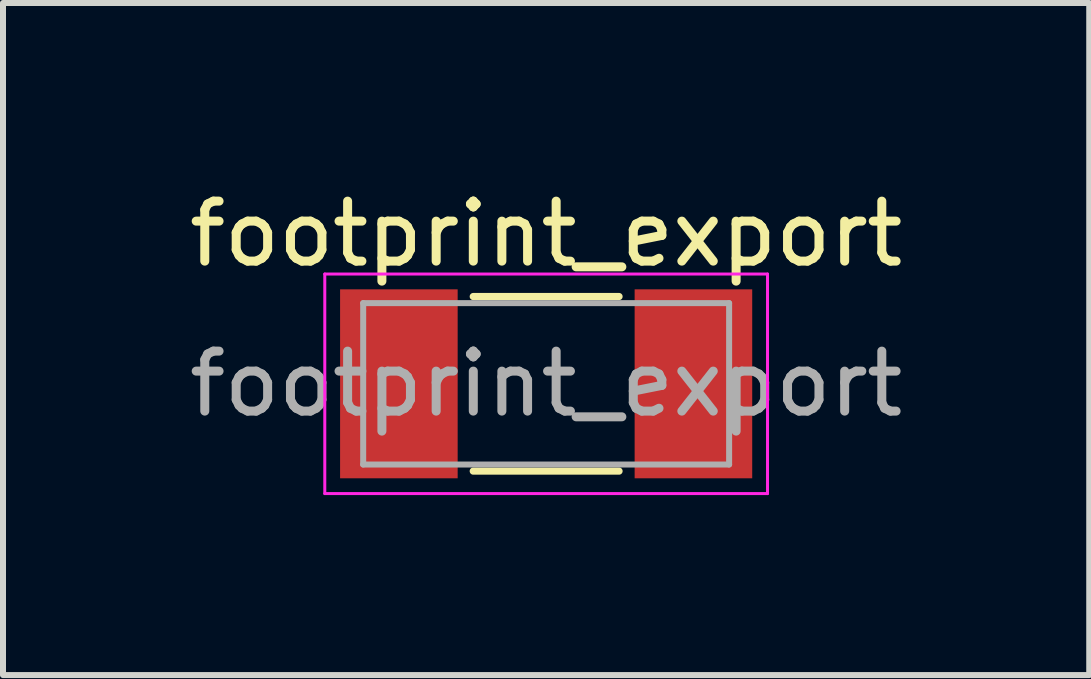
<source format=kicad_pcb>
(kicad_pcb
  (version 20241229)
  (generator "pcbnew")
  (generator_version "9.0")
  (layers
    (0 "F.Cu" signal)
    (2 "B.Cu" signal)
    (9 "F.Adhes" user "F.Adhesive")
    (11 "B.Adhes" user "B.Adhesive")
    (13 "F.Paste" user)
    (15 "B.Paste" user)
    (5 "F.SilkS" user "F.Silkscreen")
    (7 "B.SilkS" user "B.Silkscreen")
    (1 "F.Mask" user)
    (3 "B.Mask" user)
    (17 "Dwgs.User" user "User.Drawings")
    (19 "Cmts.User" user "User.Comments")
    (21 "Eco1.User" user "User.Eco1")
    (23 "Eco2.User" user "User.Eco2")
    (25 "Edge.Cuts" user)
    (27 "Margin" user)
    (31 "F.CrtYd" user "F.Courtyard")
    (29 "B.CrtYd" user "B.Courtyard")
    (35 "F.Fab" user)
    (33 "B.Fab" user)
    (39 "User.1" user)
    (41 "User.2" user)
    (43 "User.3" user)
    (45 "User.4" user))
  (footprint "footprint_export"
    (layer "F.Cu")
    (at 6.054 3.348)
    (property "Reference" "footprint_export" (at 0 -2.5 0) (unlocked yes) (layer "F.SilkS") (effects (font (size 1 1) (thickness 0.15))))
    (attr smd)
    (fp_line (start -1.215 -1.455) (end 1.215 -1.455) (stroke (width 0.12) (type solid)) (layer "F.SilkS"))
    (fp_line (start -1.215 1.455) (end 1.215 1.455) (stroke (width 0.12) (type solid)) (layer "F.SilkS"))
    (fp_line (start -3.69 -1.83) (end 3.69 -1.83) (stroke (width 0.05) (type solid)) (layer "F.CrtYd"))
    (fp_line (start -3.69 1.83) (end -3.69 -1.83) (stroke (width 0.05) (type solid)) (layer "F.CrtYd"))
    (fp_line (start 3.69 -1.83) (end 3.69 1.83) (stroke (width 0.05) (type solid)) (layer "F.CrtYd"))
    (fp_line (start 3.69 1.83) (end -3.69 1.83) (stroke (width 0.05) (type solid)) (layer "F.CrtYd"))
    (fp_line (start -3.05 -1.345) (end -3.05 1.345) (stroke (width 0.1) (type solid)) (layer "F.Fab"))
    (fp_line (start -3.05 -1.345) (end 3.05 -1.345) (stroke (width 0.1) (type solid)) (layer "F.Fab"))
    (fp_line (start -3.05 1.345) (end 3.05 1.345) (stroke (width 0.1) (type solid)) (layer "F.Fab"))
    (fp_line (start 3.05 1.345) (end 3.05 -1.345) (stroke (width 0.1) (type solid)) (layer "F.Fab"))
    (fp_text user "${REFERENCE}" (at 0 0 0) (layer "F.Fab") (effects (font (size 1 1) (thickness 0.15))))
    (pad "1" smd rect (at -2.455 0) (size 1.96 3.15) (layers "F.Cu" "F.Mask" "F.Paste"))
    (pad "2" smd rect (at 2.455 0) (size 1.96 3.15) (layers "F.Cu" "F.Mask" "F.Paste")))
  (gr_rect
    (start -3 -3)
    (end 15.107 8.203)
    (stroke (width 0.1) (type default))
    (fill no)
    (layer "Edge.Cuts")))
</source>
